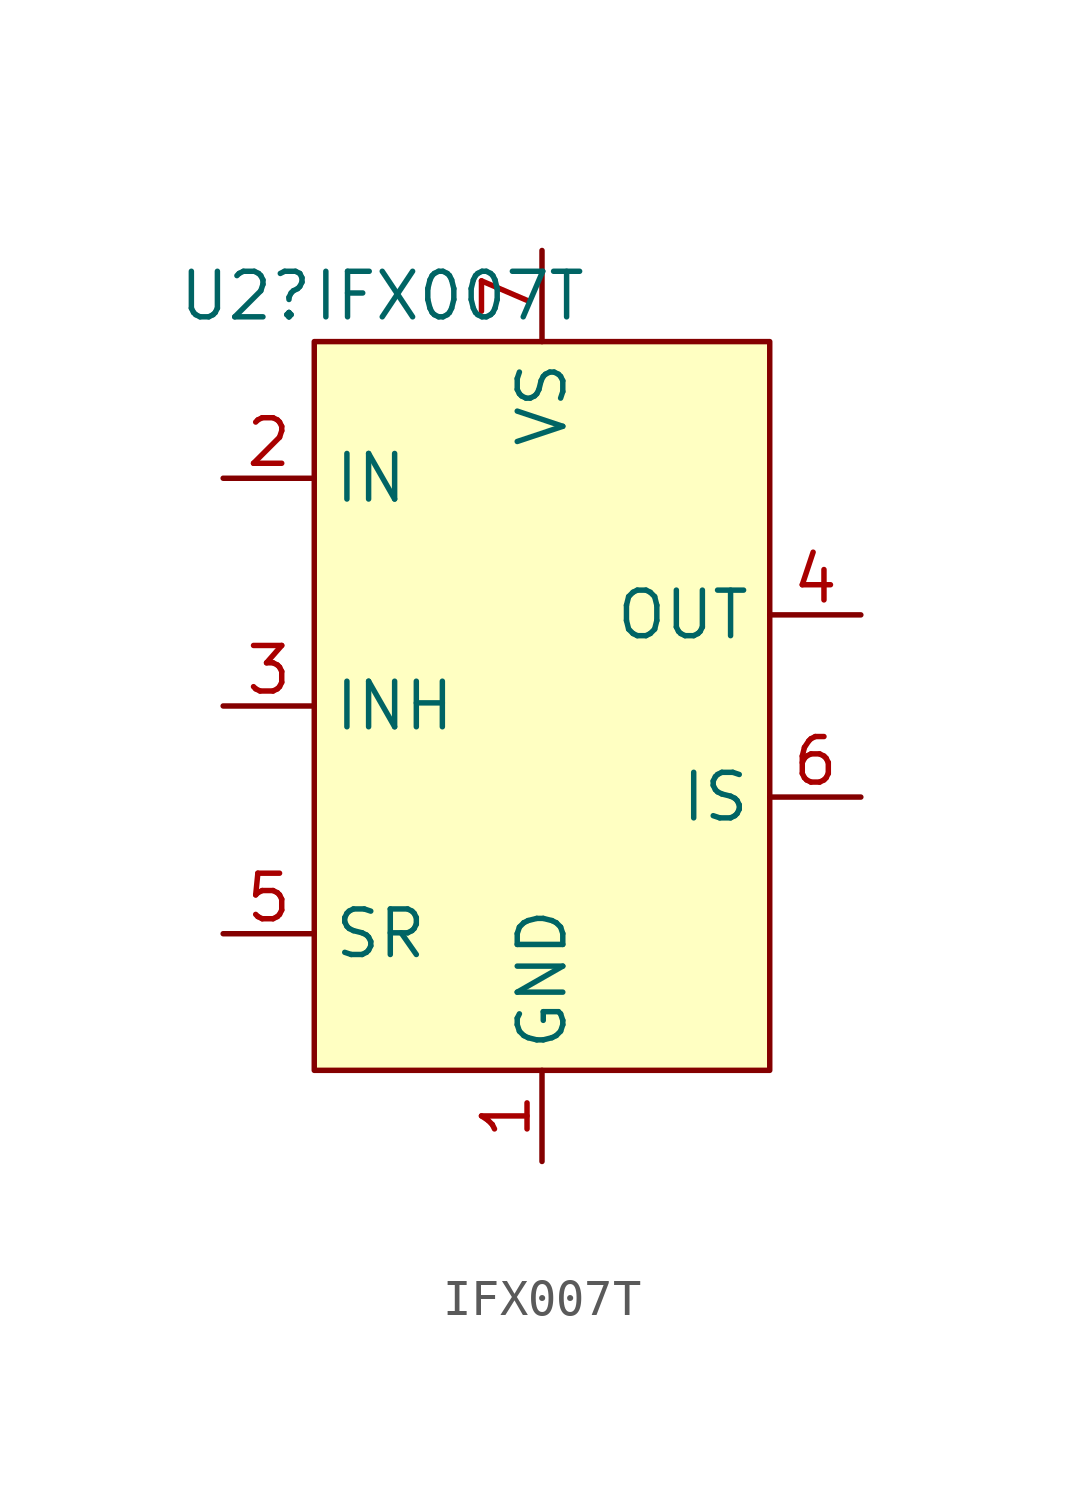
<source format=kicad_sym>
(kicad_symbol_lib
  (version 20211014)
  (generator kicad_symbol_editor)
  (symbol "IFX007T"
    (property "Reference" "U2"
      (at -6.35 11.43 0)
      (effects (font (size 1.27 1.27)) (justify right)))
    (property "Value" "IFX007T"
      (at 1.27 11.43 0)
      (effects (font (size 1.27 1.27)) (justify right)))
    (symbol "IFX007T_0_1"
      (rectangle (start -6.35 10.16) (end 6.35 -10.16) (stroke (width 0.152) (type default) (color 0 0 0 0)) (fill (type background))))
    (symbol "IFX007T_1_1"
      (pin power_in line (at 0 -12.7 90) (length 2.54) (name "GND" (effects (font (size 1.27 1.27)))) (number "1" (effects (font (size 1.27 1.27)))))
      (pin input line (at -8.89 6.35 0) (length 2.54) (name "IN" (effects (font (size 1.27 1.27)))) (number "2" (effects (font (size 1.27 1.27)))))
      (pin input line (at -8.89 0 0) (length 2.54) (name "INH" (effects (font (size 1.27 1.27)))) (number "3" (effects (font (size 1.27 1.27)))))
      (pin power_out line (at 8.89 2.54 180) (length 2.54) (name "OUT" (effects (font (size 1.27 1.27)))) (number "4" (effects (font (size 1.27 1.27)))))
      (pin input line (at -8.89 -6.35 0) (length 2.54) (name "SR" (effects (font (size 1.27 1.27)))) (number "5" (effects (font (size 1.27 1.27)))))
      (pin output line (at 8.89 -2.54 180) (length 2.54) (name "IS" (effects (font (size 1.27 1.27)))) (number "6" (effects (font (size 1.27 1.27)))))
      (pin power_in line (at 0 12.7 270) (length 2.54) (name "VS" (effects (font (size 1.27 1.27)))) (number "7" (effects (font (size 1.27 1.27)))))
      (pin power_out line (at 8.89 2.54 180) (length 2.54) hide (name "OUT" (effects (font (size 1.27 1.27)))) (number "8" (effects (font (size 1.27 1.27))))))))
</source>
